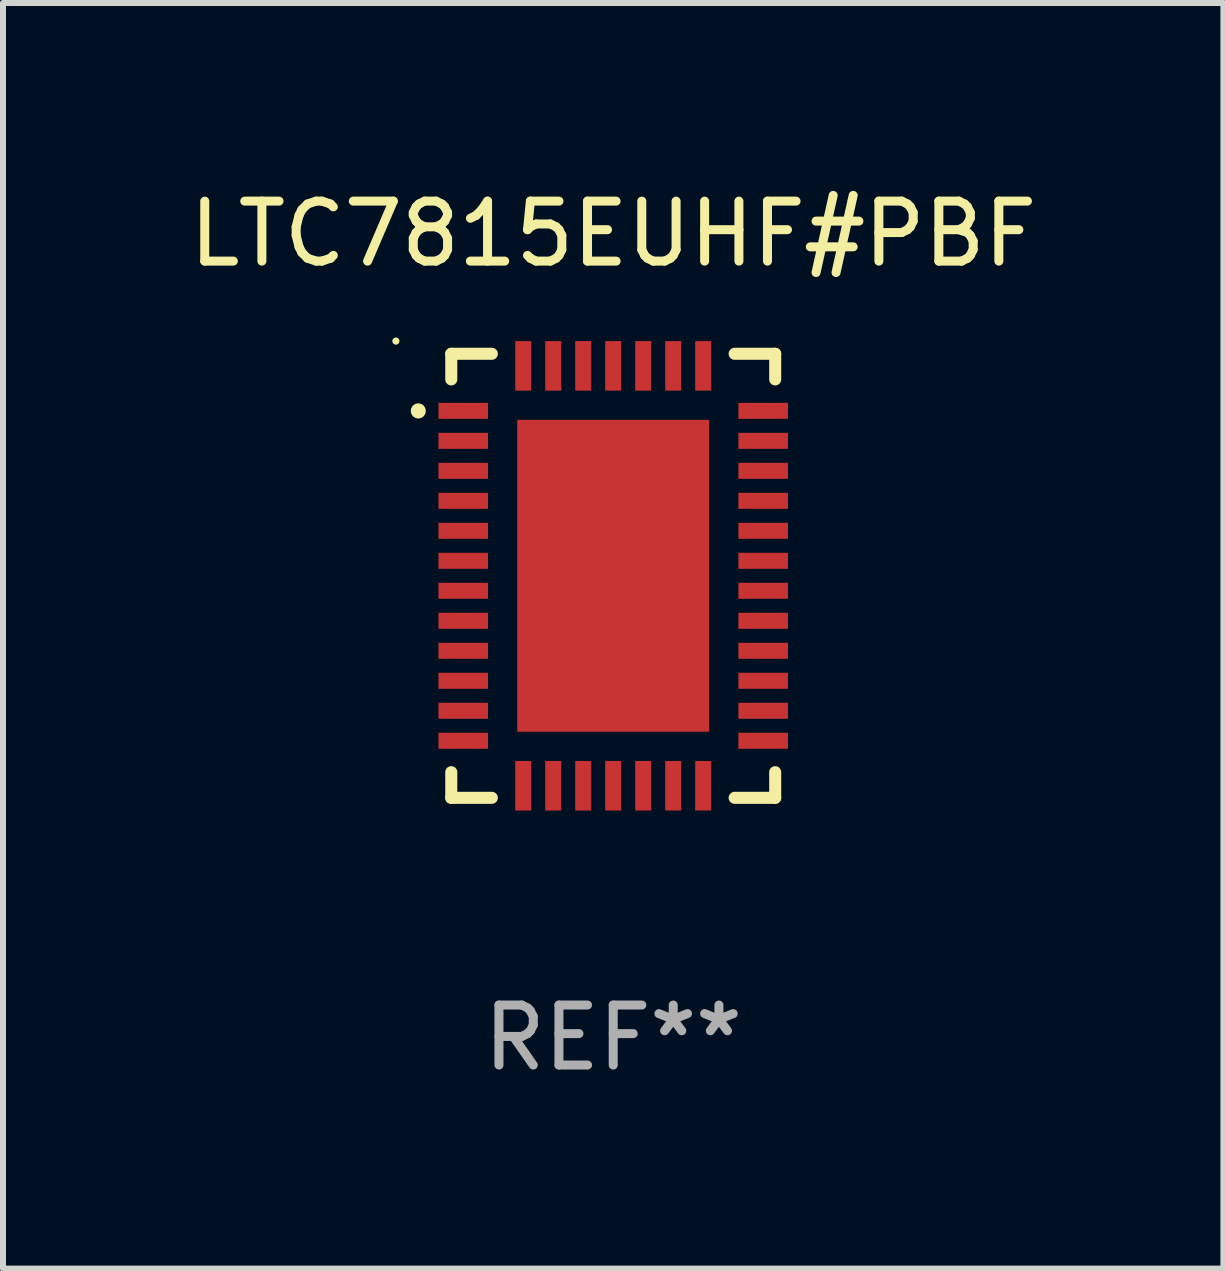
<source format=kicad_pcb>
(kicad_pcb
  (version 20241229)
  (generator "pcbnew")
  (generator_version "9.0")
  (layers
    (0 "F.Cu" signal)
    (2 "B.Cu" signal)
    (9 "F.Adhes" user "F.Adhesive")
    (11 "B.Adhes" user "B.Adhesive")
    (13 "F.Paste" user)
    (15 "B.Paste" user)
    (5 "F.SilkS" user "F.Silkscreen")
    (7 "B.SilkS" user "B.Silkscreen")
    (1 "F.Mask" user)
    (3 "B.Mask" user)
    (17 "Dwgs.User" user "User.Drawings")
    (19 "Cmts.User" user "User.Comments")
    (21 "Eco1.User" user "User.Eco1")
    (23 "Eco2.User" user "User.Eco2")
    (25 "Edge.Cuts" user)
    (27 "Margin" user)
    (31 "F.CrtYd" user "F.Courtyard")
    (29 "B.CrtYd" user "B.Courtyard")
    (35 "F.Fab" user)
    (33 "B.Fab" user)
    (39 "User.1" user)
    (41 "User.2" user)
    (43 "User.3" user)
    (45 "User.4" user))
  (footprint "LTC7815EUHF#PBF"
    (layer "F.Cu")
    (at 7.173 6.549)
    (property "Reference" "LTC7815EUHF#PBF" (at 0 -5.701 0) (layer "F.SilkS") (effects (font (size 1 1) (thickness 0.15))))
    (attr through_hole)
    (fp_line (start -2.7 -3.701) (end -2.024 -3.701) (stroke (width 0.201) (type solid)) (layer "F.SilkS"))
    (fp_line (start -2.7 -3.274) (end -2.7 -3.701) (stroke (width 0.201) (type solid)) (layer "F.SilkS"))
    (fp_line (start -2.7 3.274) (end -2.7 3.701) (stroke (width 0.201) (type solid)) (layer "F.SilkS"))
    (fp_line (start -2.7 3.701) (end -2.024 3.701) (stroke (width 0.201) (type solid)) (layer "F.SilkS"))
    (fp_line (start 2.024 -3.701) (end 2.7 -3.701) (stroke (width 0.201) (type solid)) (layer "F.SilkS"))
    (fp_line (start 2.024 3.701) (end 2.7 3.701) (stroke (width 0.201) (type solid)) (layer "F.SilkS"))
    (fp_line (start 2.7 -3.701) (end 2.7 -3.274) (stroke (width 0.201) (type solid)) (layer "F.SilkS"))
    (fp_line (start 2.7 3.701) (end 2.7 3.274) (stroke (width 0.201) (type solid)) (layer "F.SilkS"))
    (fp_arc (start -3.250013 -2.747473) (mid -3.250019 -2.748743) (end -3.250013 -2.750013) (stroke (width 0.24892) (type solid)) (layer "F.SilkS"))
    (fp_circle (center -3.623 -3.913) (end -3.593 -3.913) (stroke (width 0.06) (type solid)) (fill no) (layer "F.SilkS"))
    (fp_text user "REF**" (at 0 7.701 0) (layer "F.Fab") (effects (font (size 1 1) (thickness 0.15))))
    (pad "1" smd rect (at -2.5 -2.75 90) (size 0.267 0.826) (layers "F.Cu" "F.Mask" "F.Paste"))
    (pad "2" smd rect (at -2.5 -2.25 90) (size 0.267 0.826) (layers "F.Cu" "F.Mask" "F.Paste"))
    (pad "3" smd rect (at -2.5 -1.75 90) (size 0.267 0.826) (layers "F.Cu" "F.Mask" "F.Paste"))
    (pad "4" smd rect (at -2.5 -1.25 90) (size 0.267 0.826) (layers "F.Cu" "F.Mask" "F.Paste"))
    (pad "5" smd rect (at -2.5 -0.75 90) (size 0.267 0.826) (layers "F.Cu" "F.Mask" "F.Paste"))
    (pad "6" smd rect (at -2.5 -0.25 90) (size 0.267 0.826) (layers "F.Cu" "F.Mask" "F.Paste"))
    (pad "7" smd rect (at -2.5 0.25 90) (size 0.267 0.826) (layers "F.Cu" "F.Mask" "F.Paste"))
    (pad "8" smd rect (at -2.5 0.75 90) (size 0.267 0.826) (layers "F.Cu" "F.Mask" "F.Paste"))
    (pad "9" smd rect (at -2.5 1.25 90) (size 0.267 0.826) (layers "F.Cu" "F.Mask" "F.Paste"))
    (pad "10" smd rect (at -2.5 1.75 90) (size 0.267 0.826) (layers "F.Cu" "F.Mask" "F.Paste"))
    (pad "11" smd rect (at -2.5 2.25 90) (size 0.267 0.826) (layers "F.Cu" "F.Mask" "F.Paste"))
    (pad "12" smd rect (at -2.5 2.75 90) (size 0.267 0.826) (layers "F.Cu" "F.Mask" "F.Paste"))
    (pad "13" smd rect (at -1.5 3.5) (size 0.267 0.826) (layers "F.Cu" "F.Mask" "F.Paste"))
    (pad "14" smd rect (at -1 3.5) (size 0.267 0.826) (layers "F.Cu" "F.Mask" "F.Paste"))
    (pad "15" smd rect (at -0.5 3.5) (size 0.267 0.826) (layers "F.Cu" "F.Mask" "F.Paste"))
    (pad "16" smd rect (at 0 3.5) (size 0.267 0.826) (layers "F.Cu" "F.Mask" "F.Paste"))
    (pad "17" smd rect (at 0.5 3.5) (size 0.267 0.826) (layers "F.Cu" "F.Mask" "F.Paste"))
    (pad "18" smd rect (at 1 3.5) (size 0.267 0.826) (layers "F.Cu" "F.Mask" "F.Paste"))
    (pad "19" smd rect (at 1.5 3.5) (size 0.267 0.826) (layers "F.Cu" "F.Mask" "F.Paste"))
    (pad "20" smd rect (at 2.5 2.75 90) (size 0.267 0.826) (layers "F.Cu" "F.Mask" "F.Paste"))
    (pad "21" smd rect (at 2.5 2.25 90) (size 0.267 0.826) (layers "F.Cu" "F.Mask" "F.Paste"))
    (pad "22" smd rect (at 2.5 1.75 90) (size 0.267 0.826) (layers "F.Cu" "F.Mask" "F.Paste"))
    (pad "23" smd rect (at 2.5 1.25 90) (size 0.267 0.826) (layers "F.Cu" "F.Mask" "F.Paste"))
    (pad "24" smd rect (at 2.5 0.75 90) (size 0.267 0.826) (layers "F.Cu" "F.Mask" "F.Paste"))
    (pad "25" smd rect (at 2.5 0.25 90) (size 0.267 0.826) (layers "F.Cu" "F.Mask" "F.Paste"))
    (pad "26" smd rect (at 2.5 -0.25 90) (size 0.267 0.826) (layers "F.Cu" "F.Mask" "F.Paste"))
    (pad "27" smd rect (at 2.5 -0.75 90) (size 0.267 0.826) (layers "F.Cu" "F.Mask" "F.Paste"))
    (pad "28" smd rect (at 2.5 -1.25 90) (size 0.267 0.826) (layers "F.Cu" "F.Mask" "F.Paste"))
    (pad "29" smd rect (at 2.5 -1.75 90) (size 0.267 0.826) (layers "F.Cu" "F.Mask" "F.Paste"))
    (pad "30" smd rect (at 2.5 -2.25 90) (size 0.267 0.826) (layers "F.Cu" "F.Mask" "F.Paste"))
    (pad "31" smd rect (at 2.5 -2.75 90) (size 0.267 0.826) (layers "F.Cu" "F.Mask" "F.Paste"))
    (pad "32" smd rect (at 1.5 -3.5) (size 0.267 0.826) (layers "F.Cu" "F.Mask" "F.Paste"))
    (pad "33" smd rect (at 1 -3.5) (size 0.267 0.826) (layers "F.Cu" "F.Mask" "F.Paste"))
    (pad "34" smd rect (at 0.5 -3.5) (size 0.267 0.826) (layers "F.Cu" "F.Mask" "F.Paste"))
    (pad "35" smd rect (at 0 -3.5) (size 0.267 0.826) (layers "F.Cu" "F.Mask" "F.Paste"))
    (pad "36" smd rect (at -0.5 -3.5) (size 0.267 0.826) (layers "F.Cu" "F.Mask" "F.Paste"))
    (pad "37" smd rect (at -1 -3.5) (size 0.267 0.826) (layers "F.Cu" "F.Mask" "F.Paste"))
    (pad "38" smd rect (at -1.5 -3.5) (size 0.267 0.826) (layers "F.Cu" "F.Mask" "F.Paste"))
    (pad "39" smd rect (at 0 0) (size 3.2 5.2) (layers "F.Cu" "F.Mask" "F.Paste")))
  (gr_rect
    (start -3 -3)
    (end 17.345 18.098)
    (stroke (width 0.1) (type default))
    (fill no)
    (layer "Edge.Cuts")))
</source>
